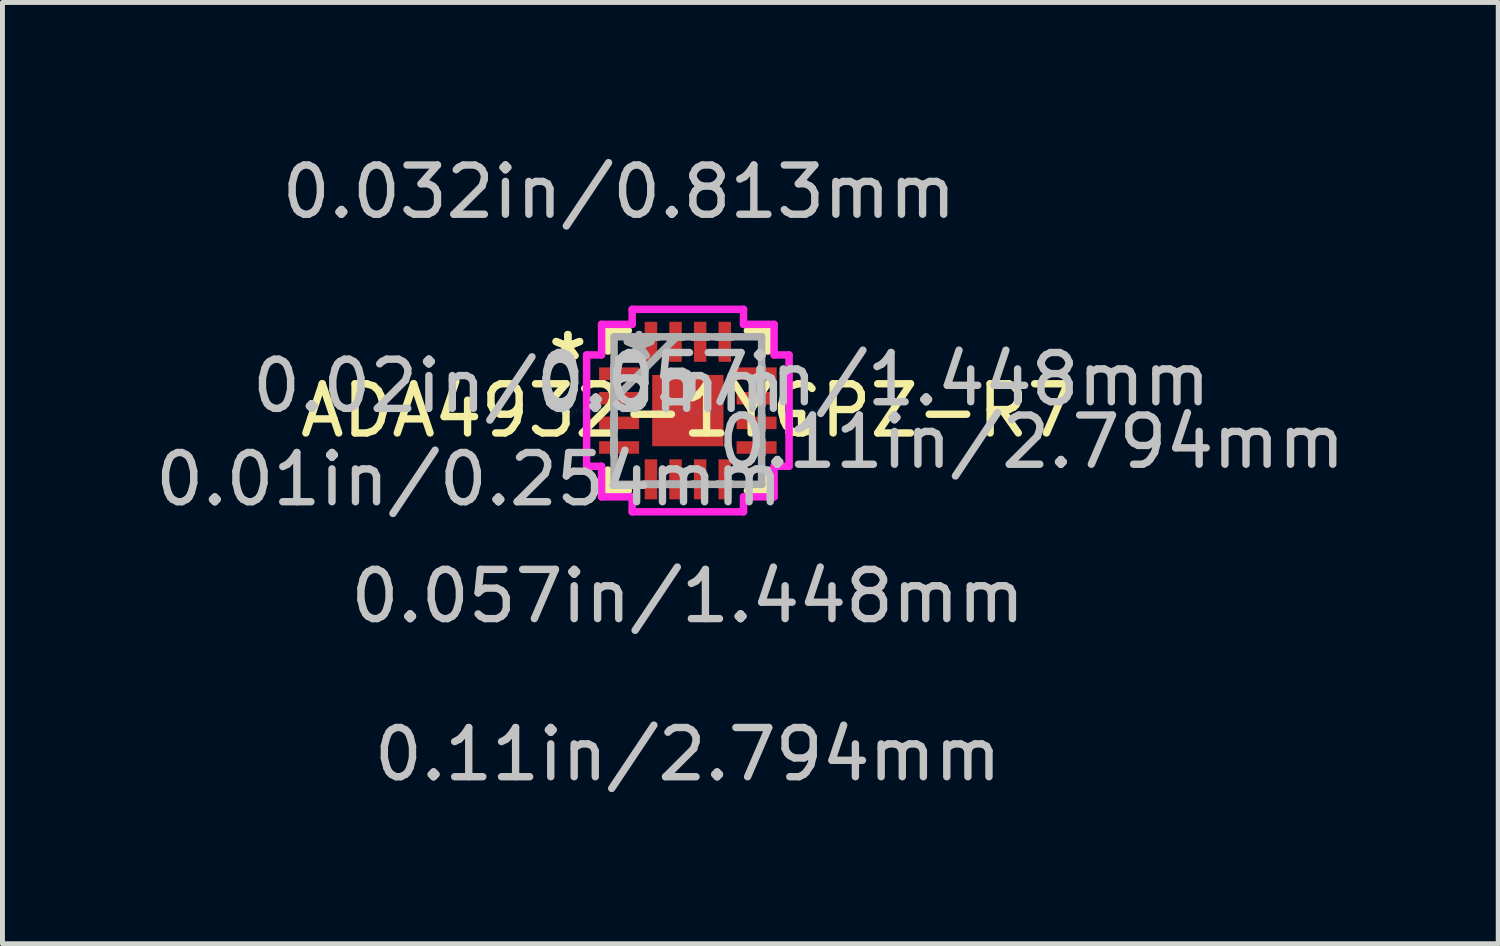
<source format=kicad_pcb>
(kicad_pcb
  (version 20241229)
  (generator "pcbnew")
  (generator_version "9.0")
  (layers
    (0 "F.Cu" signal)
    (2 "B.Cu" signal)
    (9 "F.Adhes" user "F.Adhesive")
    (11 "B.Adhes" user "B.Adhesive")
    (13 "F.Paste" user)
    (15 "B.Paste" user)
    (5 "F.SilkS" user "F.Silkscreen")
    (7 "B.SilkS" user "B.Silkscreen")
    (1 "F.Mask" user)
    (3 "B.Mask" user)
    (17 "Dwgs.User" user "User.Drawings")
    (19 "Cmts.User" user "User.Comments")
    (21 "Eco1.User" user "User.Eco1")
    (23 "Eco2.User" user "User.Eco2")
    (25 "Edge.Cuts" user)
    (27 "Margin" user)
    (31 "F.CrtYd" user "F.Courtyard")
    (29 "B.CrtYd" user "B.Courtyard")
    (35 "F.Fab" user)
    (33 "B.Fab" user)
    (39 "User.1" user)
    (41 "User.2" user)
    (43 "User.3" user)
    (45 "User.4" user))
  (footprint "ADA4932-1YCPZ-R7"
    (layer "F.Cu")
    (at 10.927 5.293)
    (property "Reference" "ADA4932-1YCPZ-R7" (at 0 0 0) (layer "F.SilkS") (effects (font (size 1 1) (thickness 0.15))))
    (attr through_hole)
    (fp_line (start -1.626 -1.626) (end -1.626 -1.21) (stroke (width 0.152) (type solid)) (layer "F.SilkS"))
    (fp_line (start -1.626 1.21) (end -1.626 1.626) (stroke (width 0.152) (type solid)) (layer "F.SilkS"))
    (fp_line (start -1.626 1.626) (end -1.21 1.626) (stroke (width 0.152) (type solid)) (layer "F.SilkS"))
    (fp_line (start -1.21 -1.626) (end -1.626 -1.626) (stroke (width 0.152) (type solid)) (layer "F.SilkS"))
    (fp_line (start 1.21 1.626) (end 1.626 1.626) (stroke (width 0.152) (type solid)) (layer "F.SilkS"))
    (fp_line (start 1.626 -1.626) (end 1.21 -1.626) (stroke (width 0.152) (type solid)) (layer "F.SilkS"))
    (fp_line (start 1.626 -1.21) (end 1.626 -1.626) (stroke (width 0.152) (type solid)) (layer "F.SilkS"))
    (fp_line (start 1.626 1.626) (end 1.626 1.21) (stroke (width 0.152) (type solid)) (layer "F.SilkS"))
    (fp_line (start 2.057 0.059) (end 2.311 0.059) (stroke (width 0.152) (type solid)) (layer "F.SilkS"))
    (fp_line (start 2.057 0.441) (end 2.057 0.059) (stroke (width 0.152) (type solid)) (layer "F.SilkS"))
    (fp_line (start 2.311 0.059) (end 2.311 0.441) (stroke (width 0.152) (type solid)) (layer "F.SilkS"))
    (fp_line (start 2.311 0.441) (end 2.057 0.441) (stroke (width 0.152) (type solid)) (layer "F.SilkS"))
    (fp_line (start -2.057 -1.131) (end -1.753 -1.131) (stroke (width 0.152) (type solid)) (layer "F.CrtYd"))
    (fp_line (start -2.057 1.131) (end -2.057 -1.131) (stroke (width 0.152) (type solid)) (layer "F.CrtYd"))
    (fp_line (start -1.753 -1.753) (end -1.131 -1.753) (stroke (width 0.152) (type solid)) (layer "F.CrtYd"))
    (fp_line (start -1.753 -1.131) (end -1.753 -1.753) (stroke (width 0.152) (type solid)) (layer "F.CrtYd"))
    (fp_line (start -1.753 1.131) (end -2.057 1.131) (stroke (width 0.152) (type solid)) (layer "F.CrtYd"))
    (fp_line (start -1.753 1.753) (end -1.753 1.131) (stroke (width 0.152) (type solid)) (layer "F.CrtYd"))
    (fp_line (start -1.131 -2.057) (end 1.131 -2.057) (stroke (width 0.152) (type solid)) (layer "F.CrtYd"))
    (fp_line (start -1.131 -1.753) (end -1.131 -2.057) (stroke (width 0.152) (type solid)) (layer "F.CrtYd"))
    (fp_line (start -1.131 1.753) (end -1.753 1.753) (stroke (width 0.152) (type solid)) (layer "F.CrtYd"))
    (fp_line (start -1.131 2.057) (end -1.131 1.753) (stroke (width 0.152) (type solid)) (layer "F.CrtYd"))
    (fp_line (start 1.131 -2.057) (end 1.131 -1.753) (stroke (width 0.152) (type solid)) (layer "F.CrtYd"))
    (fp_line (start 1.131 -1.753) (end 1.753 -1.753) (stroke (width 0.152) (type solid)) (layer "F.CrtYd"))
    (fp_line (start 1.131 1.753) (end 1.131 2.057) (stroke (width 0.152) (type solid)) (layer "F.CrtYd"))
    (fp_line (start 1.131 2.057) (end -1.131 2.057) (stroke (width 0.152) (type solid)) (layer "F.CrtYd"))
    (fp_line (start 1.753 -1.753) (end 1.753 -1.131) (stroke (width 0.152) (type solid)) (layer "F.CrtYd"))
    (fp_line (start 1.753 -1.131) (end 2.057 -1.131) (stroke (width 0.152) (type solid)) (layer "F.CrtYd"))
    (fp_line (start 1.753 1.131) (end 1.753 1.753) (stroke (width 0.152) (type solid)) (layer "F.CrtYd"))
    (fp_line (start 1.753 1.753) (end 1.131 1.753) (stroke (width 0.152) (type solid)) (layer "F.CrtYd"))
    (fp_line (start 2.057 -1.131) (end 2.057 1.131) (stroke (width 0.152) (type solid)) (layer "F.CrtYd"))
    (fp_line (start 2.057 1.131) (end 1.753 1.131) (stroke (width 0.152) (type solid)) (layer "F.CrtYd"))
    (fp_line (start -1.499 -1.499) (end -1.499 -1.499) (stroke (width 0.152) (type solid)) (layer "F.Fab"))
    (fp_line (start -1.499 -1.499) (end -1.499 1.499) (stroke (width 0.152) (type solid)) (layer "F.Fab"))
    (fp_line (start -1.499 -0.902) (end -1.499 -0.902) (stroke (width 0.152) (type solid)) (layer "F.Fab"))
    (fp_line (start -1.499 -0.902) (end -1.499 -0.598) (stroke (width 0.152) (type solid)) (layer "F.Fab"))
    (fp_line (start -1.499 -0.598) (end -1.499 -0.902) (stroke (width 0.152) (type solid)) (layer "F.Fab"))
    (fp_line (start -1.499 -0.598) (end -1.499 -0.598) (stroke (width 0.152) (type solid)) (layer "F.Fab"))
    (fp_line (start -1.499 -0.402) (end -1.499 -0.402) (stroke (width 0.152) (type solid)) (layer "F.Fab"))
    (fp_line (start -1.499 -0.402) (end -1.499 -0.098) (stroke (width 0.152) (type solid)) (layer "F.Fab"))
    (fp_line (start -1.499 -0.229) (end -0.229 -1.499) (stroke (width 0.152) (type solid)) (layer "F.Fab"))
    (fp_line (start -1.499 -0.098) (end -1.499 -0.402) (stroke (width 0.152) (type solid)) (layer "F.Fab"))
    (fp_line (start -1.499 -0.098) (end -1.499 -0.098) (stroke (width 0.152) (type solid)) (layer "F.Fab"))
    (fp_line (start -1.499 0.098) (end -1.499 0.098) (stroke (width 0.152) (type solid)) (layer "F.Fab"))
    (fp_line (start -1.499 0.098) (end -1.499 0.402) (stroke (width 0.152) (type solid)) (layer "F.Fab"))
    (fp_line (start -1.499 0.402) (end -1.499 0.098) (stroke (width 0.152) (type solid)) (layer "F.Fab"))
    (fp_line (start -1.499 0.402) (end -1.499 0.402) (stroke (width 0.152) (type solid)) (layer "F.Fab"))
    (fp_line (start -1.499 0.598) (end -1.499 0.598) (stroke (width 0.152) (type solid)) (layer "F.Fab"))
    (fp_line (start -1.499 0.598) (end -1.499 0.902) (stroke (width 0.152) (type solid)) (layer "F.Fab"))
    (fp_line (start -1.499 0.902) (end -1.499 0.598) (stroke (width 0.152) (type solid)) (layer "F.Fab"))
    (fp_line (start -1.499 0.902) (end -1.499 0.902) (stroke (width 0.152) (type solid)) (layer "F.Fab"))
    (fp_line (start -1.499 1.499) (end -1.499 1.499) (stroke (width 0.152) (type solid)) (layer "F.Fab"))
    (fp_line (start -1.499 1.499) (end 1.499 1.499) (stroke (width 0.152) (type solid)) (layer "F.Fab"))
    (fp_line (start -0.902 -1.499) (end -0.902 -1.499) (stroke (width 0.152) (type solid)) (layer "F.Fab"))
    (fp_line (start -0.902 -1.499) (end -0.598 -1.499) (stroke (width 0.152) (type solid)) (layer "F.Fab"))
    (fp_line (start -0.902 1.499) (end -0.902 1.499) (stroke (width 0.152) (type solid)) (layer "F.Fab"))
    (fp_line (start -0.902 1.499) (end -0.598 1.499) (stroke (width 0.152) (type solid)) (layer "F.Fab"))
    (fp_line (start -0.598 -1.499) (end -0.902 -1.499) (stroke (width 0.152) (type solid)) (layer "F.Fab"))
    (fp_line (start -0.598 -1.499) (end -0.598 -1.499) (stroke (width 0.152) (type solid)) (layer "F.Fab"))
    (fp_line (start -0.598 1.499) (end -0.902 1.499) (stroke (width 0.152) (type solid)) (layer "F.Fab"))
    (fp_line (start -0.598 1.499) (end -0.598 1.499) (stroke (width 0.152) (type solid)) (layer "F.Fab"))
    (fp_line (start -0.402 -1.499) (end -0.402 -1.499) (stroke (width 0.152) (type solid)) (layer "F.Fab"))
    (fp_line (start -0.402 -1.499) (end -0.098 -1.499) (stroke (width 0.152) (type solid)) (layer "F.Fab"))
    (fp_line (start -0.402 1.499) (end -0.402 1.499) (stroke (width 0.152) (type solid)) (layer "F.Fab"))
    (fp_line (start -0.402 1.499) (end -0.098 1.499) (stroke (width 0.152) (type solid)) (layer "F.Fab"))
    (fp_line (start -0.098 -1.499) (end -0.402 -1.499) (stroke (width 0.152) (type solid)) (layer "F.Fab"))
    (fp_line (start -0.098 -1.499) (end -0.098 -1.499) (stroke (width 0.152) (type solid)) (layer "F.Fab"))
    (fp_line (start -0.098 1.499) (end -0.402 1.499) (stroke (width 0.152) (type solid)) (layer "F.Fab"))
    (fp_line (start -0.098 1.499) (end -0.098 1.499) (stroke (width 0.152) (type solid)) (layer "F.Fab"))
    (fp_line (start 0.098 -1.499) (end 0.098 -1.499) (stroke (width 0.152) (type solid)) (layer "F.Fab"))
    (fp_line (start 0.098 -1.499) (end 0.402 -1.499) (stroke (width 0.152) (type solid)) (layer "F.Fab"))
    (fp_line (start 0.098 1.499) (end 0.098 1.499) (stroke (width 0.152) (type solid)) (layer "F.Fab"))
    (fp_line (start 0.098 1.499) (end 0.402 1.499) (stroke (width 0.152) (type solid)) (layer "F.Fab"))
    (fp_line (start 0.402 -1.499) (end 0.098 -1.499) (stroke (width 0.152) (type solid)) (layer "F.Fab"))
    (fp_line (start 0.402 -1.499) (end 0.402 -1.499) (stroke (width 0.152) (type solid)) (layer "F.Fab"))
    (fp_line (start 0.402 1.499) (end 0.098 1.499) (stroke (width 0.152) (type solid)) (layer "F.Fab"))
    (fp_line (start 0.402 1.499) (end 0.402 1.499) (stroke (width 0.152) (type solid)) (layer "F.Fab"))
    (fp_line (start 0.598 -1.499) (end 0.598 -1.499) (stroke (width 0.152) (type solid)) (layer "F.Fab"))
    (fp_line (start 0.598 -1.499) (end 0.902 -1.499) (stroke (width 0.152) (type solid)) (layer "F.Fab"))
    (fp_line (start 0.598 1.499) (end 0.598 1.499) (stroke (width 0.152) (type solid)) (layer "F.Fab"))
    (fp_line (start 0.598 1.499) (end 0.902 1.499) (stroke (width 0.152) (type solid)) (layer "F.Fab"))
    (fp_line (start 0.902 -1.499) (end 0.598 -1.499) (stroke (width 0.152) (type solid)) (layer "F.Fab"))
    (fp_line (start 0.902 -1.499) (end 0.902 -1.499) (stroke (width 0.152) (type solid)) (layer "F.Fab"))
    (fp_line (start 0.902 1.499) (end 0.598 1.499) (stroke (width 0.152) (type solid)) (layer "F.Fab"))
    (fp_line (start 0.902 1.499) (end 0.902 1.499) (stroke (width 0.152) (type solid)) (layer "F.Fab"))
    (fp_line (start 1.499 -1.499) (end -1.499 -1.499) (stroke (width 0.152) (type solid)) (layer "F.Fab"))
    (fp_line (start 1.499 -1.499) (end 1.499 -1.499) (stroke (width 0.152) (type solid)) (layer "F.Fab"))
    (fp_line (start 1.499 -0.902) (end 1.499 -0.902) (stroke (width 0.152) (type solid)) (layer "F.Fab"))
    (fp_line (start 1.499 -0.902) (end 1.499 -0.598) (stroke (width 0.152) (type solid)) (layer "F.Fab"))
    (fp_line (start 1.499 -0.598) (end 1.499 -0.902) (stroke (width 0.152) (type solid)) (layer "F.Fab"))
    (fp_line (start 1.499 -0.598) (end 1.499 -0.598) (stroke (width 0.152) (type solid)) (layer "F.Fab"))
    (fp_line (start 1.499 -0.402) (end 1.499 -0.402) (stroke (width 0.152) (type solid)) (layer "F.Fab"))
    (fp_line (start 1.499 -0.402) (end 1.499 -0.098) (stroke (width 0.152) (type solid)) (layer "F.Fab"))
    (fp_line (start 1.499 -0.098) (end 1.499 -0.402) (stroke (width 0.152) (type solid)) (layer "F.Fab"))
    (fp_line (start 1.499 -0.098) (end 1.499 -0.098) (stroke (width 0.152) (type solid)) (layer "F.Fab"))
    (fp_line (start 1.499 0.098) (end 1.499 0.098) (stroke (width 0.152) (type solid)) (layer "F.Fab"))
    (fp_line (start 1.499 0.098) (end 1.499 0.402) (stroke (width 0.152) (type solid)) (layer "F.Fab"))
    (fp_line (start 1.499 0.402) (end 1.499 0.098) (stroke (width 0.152) (type solid)) (layer "F.Fab"))
    (fp_line (start 1.499 0.402) (end 1.499 0.402) (stroke (width 0.152) (type solid)) (layer "F.Fab"))
    (fp_line (start 1.499 0.598) (end 1.499 0.598) (stroke (width 0.152) (type solid)) (layer "F.Fab"))
    (fp_line (start 1.499 0.598) (end 1.499 0.902) (stroke (width 0.152) (type solid)) (layer "F.Fab"))
    (fp_line (start 1.499 0.902) (end 1.499 0.598) (stroke (width 0.152) (type solid)) (layer "F.Fab"))
    (fp_line (start 1.499 0.902) (end 1.499 0.902) (stroke (width 0.152) (type solid)) (layer "F.Fab"))
    (fp_line (start 1.499 1.499) (end 1.499 -1.499) (stroke (width 0.152) (type solid)) (layer "F.Fab"))
    (fp_line (start 1.499 1.499) (end 1.499 1.499) (stroke (width 0.152) (type solid)) (layer "F.Fab"))
    (fp_text user "*" (at -2.438 -1 0) (layer "F.SilkS") (effects (font (size 1 1) (thickness 0.15))))
    (fp_text user "*" (at -2.438 -1 0) (layer "F.SilkS") (effects (font (size 1 1) (thickness 0.15))))
    (fp_text user "0.032in/0.813mm" (at -1.397 -4.445 0) (layer "Dwgs.User") (effects (font (size 1 1) (thickness 0.15))))
    (fp_text user "0.057in/1.448mm" (at 3.772 -0.635 0) (layer "Dwgs.User") (effects (font (size 1 1) (thickness 0.15))))
    (fp_text user "0.01in/0.254mm" (at -4.445 1.397 0) (layer "Dwgs.User") (effects (font (size 1 1) (thickness 0.15))))
    (fp_text user "0.11in/2.794mm" (at 6.985 0.635 0) (layer "Dwgs.User") (effects (font (size 1 1) (thickness 0.15))))
    (fp_text user "0.11in/2.794mm" (at 0 6.985 0) (layer "Dwgs.User") (effects (font (size 1 1) (thickness 0.15))))
    (fp_text user "0.057in/1.448mm" (at 0 3.772 0) (layer "Dwgs.User") (effects (font (size 1 1) (thickness 0.15))))
    (fp_text user "0.02in/0.5mm" (at -3.429 -0.5 0) (layer "Dwgs.User") (effects (font (size 1 1) (thickness 0.15))))
    (fp_text user "Copyright 2016 Accelerated Designs. All rights reserved." (at 0 0 0) (layer "Cmts.User") (effects (font (size 0.127 0.127) (thickness 0.002))))
    (fp_text user "*" (at -0.991 -1 0) (layer "F.Fab") (effects (font (size 1 1) (thickness 0.15))))
    (fp_text user "*" (at -0.991 -1 0) (layer "F.Fab") (effects (font (size 1 1) (thickness 0.15))))
    (pad "1" smd rect (at -1.397 -0.75 90) (size 0.254 0.813) (layers "F.Cu" "F.Mask" "F.Paste"))
    (pad "2" smd rect (at -1.397 -0.25 90) (size 0.254 0.813) (layers "F.Cu" "F.Mask" "F.Paste"))
    (pad "3" smd rect (at -1.397 0.25 90) (size 0.254 0.813) (layers "F.Cu" "F.Mask" "F.Paste"))
    (pad "4" smd rect (at -1.397 0.75 90) (size 0.254 0.813) (layers "F.Cu" "F.Mask" "F.Paste"))
    (pad "5" smd rect (at -0.75 1.397) (size 0.254 0.813) (layers "F.Cu" "F.Mask" "F.Paste"))
    (pad "6" smd rect (at -0.25 1.397) (size 0.254 0.813) (layers "F.Cu" "F.Mask" "F.Paste"))
    (pad "7" smd rect (at 0.25 1.397) (size 0.254 0.813) (layers "F.Cu" "F.Mask" "F.Paste"))
    (pad "8" smd rect (at 0.75 1.397) (size 0.254 0.813) (layers "F.Cu" "F.Mask" "F.Paste"))
    (pad "9" smd rect (at 1.397 0.75 90) (size 0.254 0.813) (layers "F.Cu" "F.Mask" "F.Paste"))
    (pad "10" smd rect (at 1.397 0.25 90) (size 0.254 0.813) (layers "F.Cu" "F.Mask" "F.Paste"))
    (pad "11" smd rect (at 1.397 -0.25 90) (size 0.254 0.813) (layers "F.Cu" "F.Mask" "F.Paste"))
    (pad "12" smd rect (at 1.397 -0.75 90) (size 0.254 0.813) (layers "F.Cu" "F.Mask" "F.Paste"))
    (pad "13" smd rect (at 0.75 -1.397) (size 0.254 0.813) (layers "F.Cu" "F.Mask" "F.Paste"))
    (pad "14" smd rect (at 0.25 -1.397) (size 0.254 0.813) (layers "F.Cu" "F.Mask" "F.Paste"))
    (pad "15" smd rect (at -0.25 -1.397) (size 0.254 0.813) (layers "F.Cu" "F.Mask" "F.Paste"))
    (pad "16" smd rect (at -0.75 -1.397) (size 0.254 0.813) (layers "F.Cu" "F.Mask" "F.Paste"))
    (pad "17" smd rect (at 0 0) (size 1.448 1.448) (layers "F.Cu" "F.Mask" "F.Paste")))
  (gr_rect
    (start -3 -3)
    (end 27.394 16.127)
    (stroke (width 0.1) (type default))
    (fill no)
    (layer "Edge.Cuts")))
</source>
